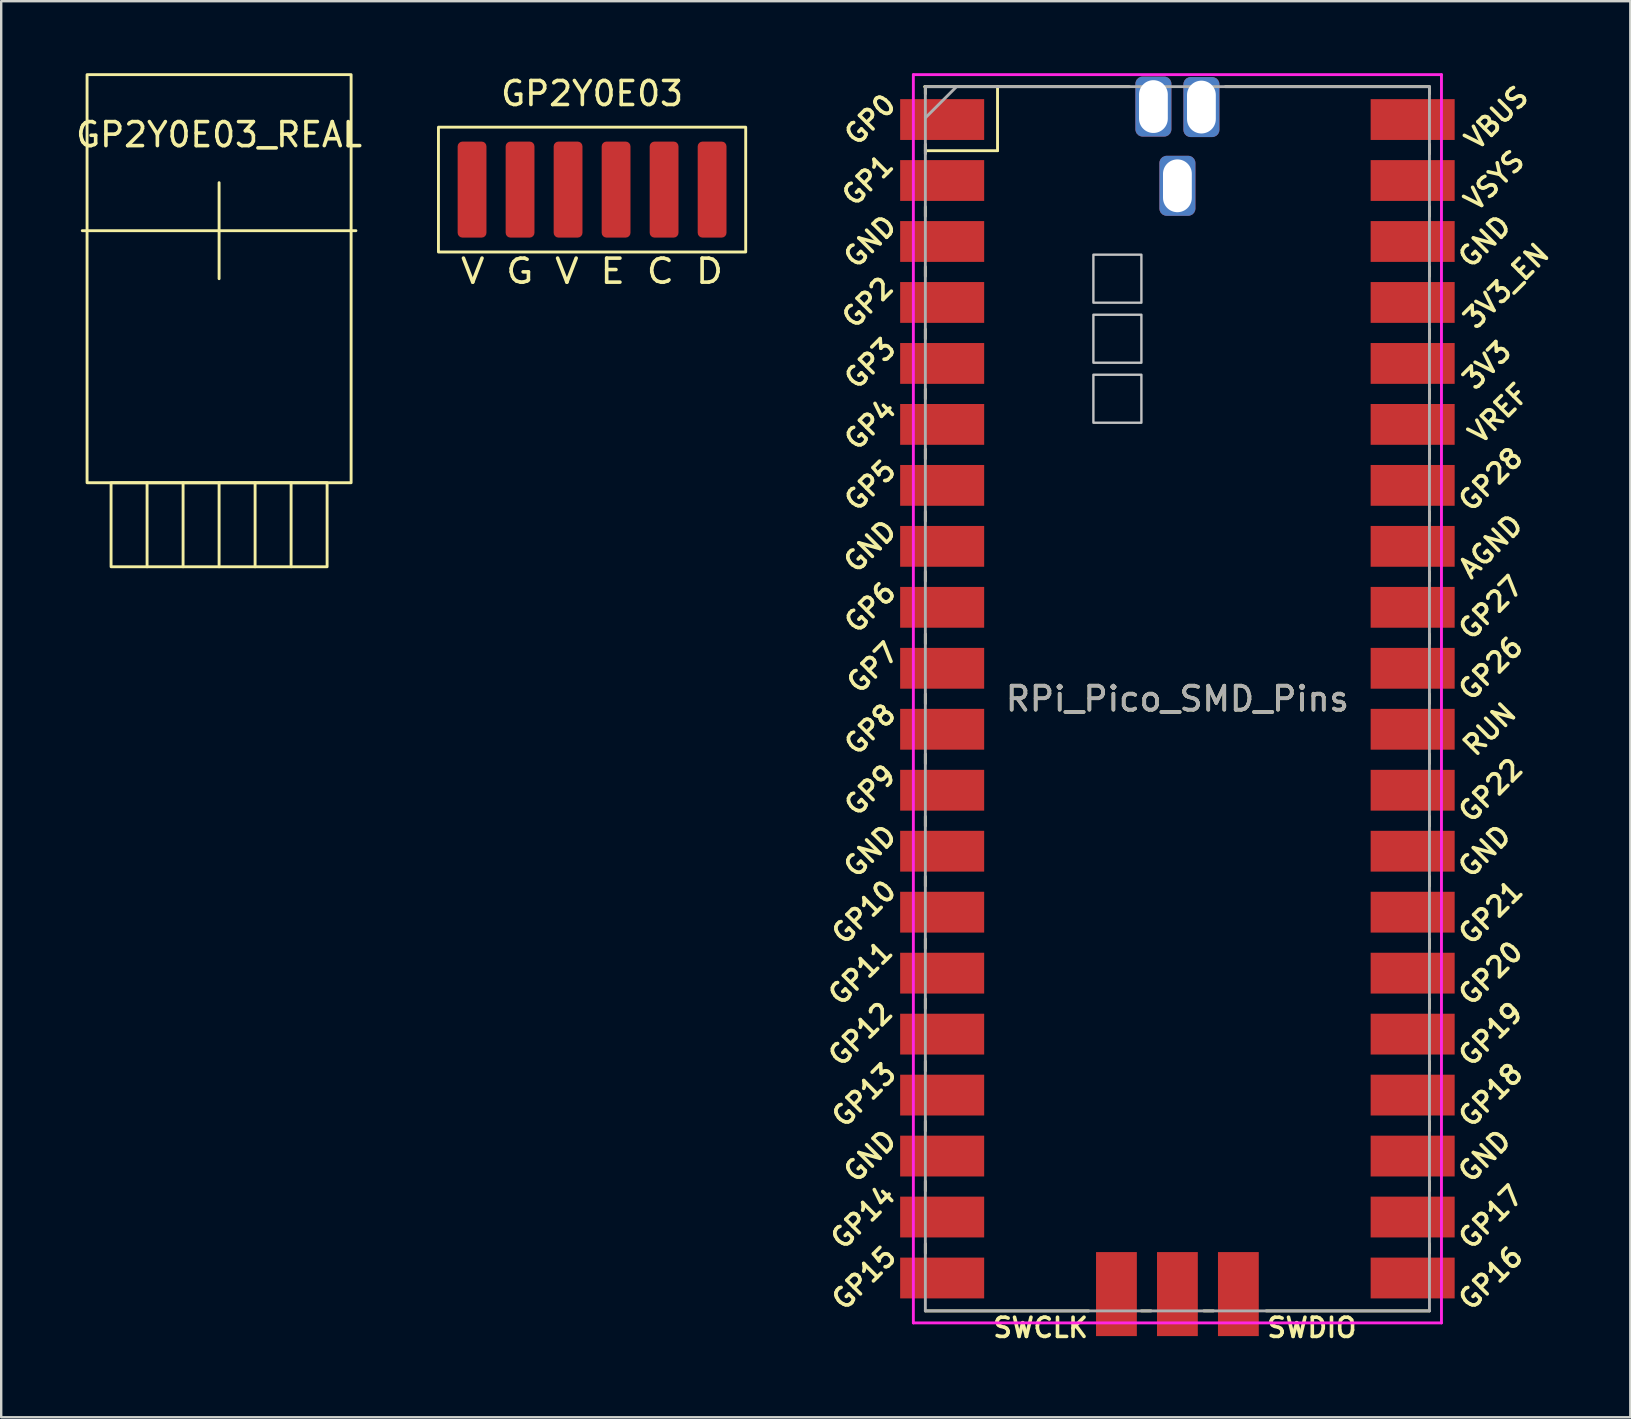
<source format=kicad_pcb>
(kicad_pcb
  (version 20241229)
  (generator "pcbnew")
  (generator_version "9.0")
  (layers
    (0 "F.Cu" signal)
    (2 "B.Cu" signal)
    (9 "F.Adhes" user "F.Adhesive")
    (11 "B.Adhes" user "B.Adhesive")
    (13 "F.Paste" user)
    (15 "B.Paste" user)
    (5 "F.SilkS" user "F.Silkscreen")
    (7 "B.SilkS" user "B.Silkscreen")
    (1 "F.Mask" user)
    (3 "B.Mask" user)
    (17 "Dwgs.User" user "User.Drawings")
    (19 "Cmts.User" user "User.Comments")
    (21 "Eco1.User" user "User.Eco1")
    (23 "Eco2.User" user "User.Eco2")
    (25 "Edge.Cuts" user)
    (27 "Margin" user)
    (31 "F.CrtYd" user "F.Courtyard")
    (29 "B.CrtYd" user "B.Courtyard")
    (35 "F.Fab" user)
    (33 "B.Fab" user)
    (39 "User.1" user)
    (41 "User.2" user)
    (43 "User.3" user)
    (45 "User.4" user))
  (footprint "GP2Y0E03"
    (layer "F.Cu")
    (at 21.615 4.848)
    (property "Reference" "GP2Y0E03" (at 0 -4 0) (unlocked yes) (layer "F.SilkS") (effects (font (size 1 1) (thickness 0.15))))
    (attr smd)
    (fp_rect (start -6.4 -2.6) (end 6.4 2.6) (stroke (width 0.12) (type solid)) (fill no) (layer "F.SilkS"))
    (fp_text user "V G V E C D" (at 0 3.4 0) (unlocked yes) (layer "F.SilkS") (effects (font (size 1 1.16) (thickness 0.15))))
    (pad "1" smd roundrect (at -5 0) (size 1.2 4) (layers "F.Cu" "F.Mask" "F.Paste") (roundrect_rratio 0.167))
    (pad "2" smd roundrect (at -3 0) (size 1.2 4) (layers "F.Cu" "F.Mask" "F.Paste") (roundrect_rratio 0.167))
    (pad "3" smd roundrect (at -1 0) (size 1.2 4) (layers "F.Cu" "F.Mask" "F.Paste") (roundrect_rratio 0.167))
    (pad "4" smd roundrect (at 1 0) (size 1.2 4) (layers "F.Cu" "F.Mask" "F.Paste") (roundrect_rratio 0.167))
    (pad "5" smd roundrect (at 3 0) (size 1.2 4) (layers "F.Cu" "F.Mask" "F.Paste") (roundrect_rratio 0.167))
    (pad "6" smd roundrect (at 5 0) (size 1.2 4) (layers "F.Cu" "F.Mask" "F.Paste") (roundrect_rratio 0.167)))
  (footprint "RPi_Pico_SMD_Pins"
    (layer "F.Cu")
    (at 45.999 26.06)
    (property "Reference" "RPi_Pico_SMD_Pins" (at 0 0 0) (layer "F.SilkS") (effects (font (size 1 1) (thickness 0.15))))
    (attr through_hole)
    (fp_line (start -10.5 -25.5) (end -10.5 -25.2) (stroke (width 0.12) (type solid)) (layer "F.SilkS"))
    (fp_line (start -10.5 -23.1) (end -10.5 -22.7) (stroke (width 0.12) (type solid)) (layer "F.SilkS"))
    (fp_line (start -10.5 -22.833) (end -7.493 -22.833) (stroke (width 0.12) (type solid)) (layer "F.SilkS"))
    (fp_line (start -10.5 -20.5) (end -10.5 -20.1) (stroke (width 0.12) (type solid)) (layer "F.SilkS"))
    (fp_line (start -10.5 -18) (end -10.5 -17.6) (stroke (width 0.12) (type solid)) (layer "F.SilkS"))
    (fp_line (start -10.5 -15.4) (end -10.5 -15) (stroke (width 0.12) (type solid)) (layer "F.SilkS"))
    (fp_line (start -10.5 -12.9) (end -10.5 -12.5) (stroke (width 0.12) (type solid)) (layer "F.SilkS"))
    (fp_line (start -10.5 -10.4) (end -10.5 -10) (stroke (width 0.12) (type solid)) (layer "F.SilkS"))
    (fp_line (start -10.5 -7.8) (end -10.5 -7.4) (stroke (width 0.12) (type solid)) (layer "F.SilkS"))
    (fp_line (start -10.5 -5.3) (end -10.5 -4.9) (stroke (width 0.12) (type solid)) (layer "F.SilkS"))
    (fp_line (start -10.5 -2.7) (end -10.5 -2.3) (stroke (width 0.12) (type solid)) (layer "F.SilkS"))
    (fp_line (start -10.5 -0.2) (end -10.5 0.2) (stroke (width 0.12) (type solid)) (layer "F.SilkS"))
    (fp_line (start -10.5 2.3) (end -10.5 2.7) (stroke (width 0.12) (type solid)) (layer "F.SilkS"))
    (fp_line (start -10.5 4.9) (end -10.5 5.3) (stroke (width 0.12) (type solid)) (layer "F.SilkS"))
    (fp_line (start -10.5 7.4) (end -10.5 7.8) (stroke (width 0.12) (type solid)) (layer "F.SilkS"))
    (fp_line (start -10.5 10) (end -10.5 10.4) (stroke (width 0.12) (type solid)) (layer "F.SilkS"))
    (fp_line (start -10.5 12.5) (end -10.5 12.9) (stroke (width 0.12) (type solid)) (layer "F.SilkS"))
    (fp_line (start -10.5 15.1) (end -10.5 15.5) (stroke (width 0.12) (type solid)) (layer "F.SilkS"))
    (fp_line (start -10.5 17.6) (end -10.5 18) (stroke (width 0.12) (type solid)) (layer "F.SilkS"))
    (fp_line (start -10.5 20.1) (end -10.5 20.5) (stroke (width 0.12) (type solid)) (layer "F.SilkS"))
    (fp_line (start -10.5 22.7) (end -10.5 23.1) (stroke (width 0.12) (type solid)) (layer "F.SilkS"))
    (fp_line (start -7.493 -22.833) (end -7.493 -25.5) (stroke (width 0.12) (type solid)) (layer "F.SilkS"))
    (fp_line (start -3.7 25.5) (end -10.5 25.5) (stroke (width 0.12) (type solid)) (layer "F.SilkS"))
    (fp_line (start -2 -25.5) (end -10.53 -25.5) (stroke (width 0.12) (type solid)) (layer "F.SilkS"))
    (fp_line (start -1.5 25.5) (end -1.1 25.5) (stroke (width 0.12) (type solid)) (layer "F.SilkS"))
    (fp_line (start 1.1 25.5) (end 1.5 25.5) (stroke (width 0.12) (type solid)) (layer "F.SilkS"))
    (fp_line (start 10.47 -25.5) (end 2 -25.5) (stroke (width 0.12) (type solid)) (layer "F.SilkS"))
    (fp_line (start 10.5 -25.5) (end 10.5 -25.2) (stroke (width 0.12) (type solid)) (layer "F.SilkS"))
    (fp_line (start 10.5 -23.1) (end 10.5 -22.7) (stroke (width 0.12) (type solid)) (layer "F.SilkS"))
    (fp_line (start 10.5 -20.5) (end 10.5 -20.1) (stroke (width 0.12) (type solid)) (layer "F.SilkS"))
    (fp_line (start 10.5 -18) (end 10.5 -17.6) (stroke (width 0.12) (type solid)) (layer "F.SilkS"))
    (fp_line (start 10.5 -15.4) (end 10.5 -15) (stroke (width 0.12) (type solid)) (layer "F.SilkS"))
    (fp_line (start 10.5 -12.9) (end 10.5 -12.5) (stroke (width 0.12) (type solid)) (layer "F.SilkS"))
    (fp_line (start 10.5 -10.4) (end 10.5 -10) (stroke (width 0.12) (type solid)) (layer "F.SilkS"))
    (fp_line (start 10.5 -7.8) (end 10.5 -7.4) (stroke (width 0.12) (type solid)) (layer "F.SilkS"))
    (fp_line (start 10.5 -5.3) (end 10.5 -4.9) (stroke (width 0.12) (type solid)) (layer "F.SilkS"))
    (fp_line (start 10.5 -2.7) (end 10.5 -2.3) (stroke (width 0.12) (type solid)) (layer "F.SilkS"))
    (fp_line (start 10.5 -0.2) (end 10.5 0.2) (stroke (width 0.12) (type solid)) (layer "F.SilkS"))
    (fp_line (start 10.5 2.3) (end 10.5 2.7) (stroke (width 0.12) (type solid)) (layer "F.SilkS"))
    (fp_line (start 10.5 4.9) (end 10.5 5.3) (stroke (width 0.12) (type solid)) (layer "F.SilkS"))
    (fp_line (start 10.5 7.4) (end 10.5 7.8) (stroke (width 0.12) (type solid)) (layer "F.SilkS"))
    (fp_line (start 10.5 10) (end 10.5 10.4) (stroke (width 0.12) (type solid)) (layer "F.SilkS"))
    (fp_line (start 10.5 12.5) (end 10.5 12.9) (stroke (width 0.12) (type solid)) (layer "F.SilkS"))
    (fp_line (start 10.5 15.1) (end 10.5 15.5) (stroke (width 0.12) (type solid)) (layer "F.SilkS"))
    (fp_line (start 10.5 17.6) (end 10.5 18) (stroke (width 0.12) (type solid)) (layer "F.SilkS"))
    (fp_line (start 10.5 20.1) (end 10.5 20.5) (stroke (width 0.12) (type solid)) (layer "F.SilkS"))
    (fp_line (start 10.5 22.7) (end 10.5 23.1) (stroke (width 0.12) (type solid)) (layer "F.SilkS"))
    (fp_line (start 10.5 25.5) (end 3.7 25.5) (stroke (width 0.12) (type solid)) (layer "F.SilkS"))
    (fp_poly (pts (xy -1.5 -16.5) (xy -3.5 -16.5) (xy -3.5 -18.5) (xy -1.5 -18.5)) (stroke (width 0.1) (type solid)) (fill no) (layer "Dwgs.User"))
    (fp_poly (pts (xy -1.5 -14) (xy -3.5 -14) (xy -3.5 -16) (xy -1.5 -16)) (stroke (width 0.1) (type solid)) (fill no) (layer "Dwgs.User"))
    (fp_poly (pts (xy -1.5 -11.5) (xy -3.5 -11.5) (xy -3.5 -13.5) (xy -1.5 -13.5)) (stroke (width 0.1) (type solid)) (fill no) (layer "Dwgs.User"))
    (fp_line (start -11 -26) (end 11 -26) (stroke (width 0.12) (type solid)) (layer "F.CrtYd"))
    (fp_line (start -11 26) (end -11 -26) (stroke (width 0.12) (type solid)) (layer "F.CrtYd"))
    (fp_line (start 11 -26) (end 11 26) (stroke (width 0.12) (type solid)) (layer "F.CrtYd"))
    (fp_line (start 11 26) (end -11 26) (stroke (width 0.12) (type solid)) (layer "F.CrtYd"))
    (fp_line (start -10.5 -25.5) (end 10.5 -25.5) (stroke (width 0.12) (type solid)) (layer "F.Fab"))
    (fp_line (start -10.5 -24.2) (end -9.2 -25.5) (stroke (width 0.12) (type solid)) (layer "F.Fab"))
    (fp_line (start -10.5 25.5) (end -10.5 -25.5) (stroke (width 0.12) (type solid)) (layer "F.Fab"))
    (fp_line (start 10.5 -25.5) (end 10.5 25.5) (stroke (width 0.12) (type solid)) (layer "F.Fab"))
    (fp_line (start 10.5 25.5) (end -10.5 25.5) (stroke (width 0.12) (type solid)) (layer "F.Fab"))
    (fp_text user "GND" (at -12.8 6.35 45) (layer "F.SilkS") (effects (font (size 0.8 0.8) (thickness 0.15))))
    (fp_text user "RUN" (at 13 1.27 45) (layer "F.SilkS") (effects (font (size 0.8 0.8) (thickness 0.15))))
    (fp_text user "GP4" (at -12.8 -11.43 45) (layer "F.SilkS") (effects (font (size 0.8 0.8) (thickness 0.15))))
    (fp_text user "GND" (at -12.8 19.05 45) (layer "F.SilkS") (effects (font (size 0.8 0.8) (thickness 0.15))))
    (fp_text user "GP13" (at -13.054 16.51 45) (layer "F.SilkS") (effects (font (size 0.8 0.8) (thickness 0.15))))
    (fp_text user "GP21" (at 13.054 8.9 45) (layer "F.SilkS") (effects (font (size 0.8 0.8) (thickness 0.15))))
    (fp_text user "GP7" (at -12.7 -1.3 45) (layer "F.SilkS") (effects (font (size 0.8 0.8) (thickness 0.15))))
    (fp_text user "GP1" (at -12.9 -21.6 45) (layer "F.SilkS") (effects (font (size 0.8 0.8) (thickness 0.15))))
    (fp_text user "VSYS" (at 13.2 -21.59 45) (layer "F.SilkS") (effects (font (size 0.8 0.8) (thickness 0.15))))
    (fp_text user "GP8" (at -12.8 1.27 45) (layer "F.SilkS") (effects (font (size 0.8 0.8) (thickness 0.15))))
    (fp_text user "GP5" (at -12.8 -8.89 45) (layer "F.SilkS") (effects (font (size 0.8 0.8) (thickness 0.15))))
    (fp_text user "GP22" (at 13.054 3.81 45) (layer "F.SilkS") (effects (font (size 0.8 0.8) (thickness 0.15))))
    (fp_text user "GP16" (at 13.054 24.13 45) (layer "F.SilkS") (effects (font (size 0.8 0.8) (thickness 0.15))))
    (fp_text user "GP26" (at 13.054 -1.27 45) (layer "F.SilkS") (effects (font (size 0.8 0.8) (thickness 0.15))))
    (fp_text user "3V3" (at 12.9 -13.9 45) (layer "F.SilkS") (effects (font (size 0.8 0.8) (thickness 0.15))))
    (fp_text user "GP19" (at 13.054 13.97 45) (layer "F.SilkS") (effects (font (size 0.8 0.8) (thickness 0.15))))
    (fp_text user "GND" (at 12.8 6.35 45) (layer "F.SilkS") (effects (font (size 0.8 0.8) (thickness 0.15))))
    (fp_text user "GP18" (at 13.054 16.51 45) (layer "F.SilkS") (effects (font (size 0.8 0.8) (thickness 0.15))))
    (fp_text user "SWDIO" (at 5.6 26.2 0) (layer "F.SilkS") (effects (font (size 0.8 0.8) (thickness 0.15))))
    (fp_text user "GND" (at -12.8 -6.35 45) (layer "F.SilkS") (effects (font (size 0.8 0.8) (thickness 0.15))))
    (fp_text user "AGND" (at 13.054 -6.35 45) (layer "F.SilkS") (effects (font (size 0.8 0.8) (thickness 0.15))))
    (fp_text user "GP11" (at -13.2 11.43 45) (layer "F.SilkS") (effects (font (size 0.8 0.8) (thickness 0.15))))
    (fp_text user "GND" (at 12.8 19.05 45) (layer "F.SilkS") (effects (font (size 0.8 0.8) (thickness 0.15))))
    (fp_text user "GP0" (at -12.8 -24.13 45) (layer "F.SilkS") (effects (font (size 0.8 0.8) (thickness 0.15))))
    (fp_text user "GP28" (at 13.054 -9.144 45) (layer "F.SilkS") (effects (font (size 0.8 0.8) (thickness 0.15))))
    (fp_text user "VREF" (at 13.375 -11.889 45) (layer "F.SilkS") (effects (font (size 0.8 0.8) (thickness 0.15))))
    (fp_text user "GP14" (at -13.1 21.59 45) (layer "F.SilkS") (effects (font (size 0.8 0.8) (thickness 0.15))))
    (fp_text user "GP15" (at -13.054 24.13 45) (layer "F.SilkS") (effects (font (size 0.8 0.8) (thickness 0.15))))
    (fp_text user "GP3" (at -12.8 -13.97 45) (layer "F.SilkS") (effects (font (size 0.8 0.8) (thickness 0.15))))
    (fp_text user "GND" (at 12.8 -19.05 45) (layer "F.SilkS") (effects (font (size 0.8 0.8) (thickness 0.15))))
    (fp_text user "GP27" (at 13.054 -3.8 45) (layer "F.SilkS") (effects (font (size 0.8 0.8) (thickness 0.15))))
    (fp_text user "SWCLK" (at -5.7 26.2 0) (layer "F.SilkS") (effects (font (size 0.8 0.8) (thickness 0.15))))
    (fp_text user "GP12" (at -13.2 13.97 45) (layer "F.SilkS") (effects (font (size 0.8 0.8) (thickness 0.15))))
    (fp_text user "GP2" (at -12.9 -16.51 45) (layer "F.SilkS") (effects (font (size 0.8 0.8) (thickness 0.15))))
    (fp_text user "GP9" (at -12.8 3.81 45) (layer "F.SilkS") (effects (font (size 0.8 0.8) (thickness 0.15))))
    (fp_text user "GP20" (at 13.054 11.43 45) (layer "F.SilkS") (effects (font (size 0.8 0.8) (thickness 0.15))))
    (fp_text user "GP10" (at -13.054 8.89 45) (layer "F.SilkS") (effects (font (size 0.8 0.8) (thickness 0.15))))
    (fp_text user "VBUS" (at 13.3 -24.2 45) (layer "F.SilkS") (effects (font (size 0.8 0.8) (thickness 0.15))))
    (fp_text user "GP6" (at -12.8 -3.81 45) (layer "F.SilkS") (effects (font (size 0.8 0.8) (thickness 0.15))))
    (fp_text user "GND" (at -12.8 -19.05 45) (layer "F.SilkS") (effects (font (size 0.8 0.8) (thickness 0.15))))
    (fp_text user "GP17" (at 13.054 21.59 45) (layer "F.SilkS") (effects (font (size 0.8 0.8) (thickness 0.15))))
    (fp_text user "3V3_EN" (at 13.7 -17.2 45) (layer "F.SilkS") (effects (font (size 0.8 0.8) (thickness 0.15))))
    (fp_text user "${REFERENCE}" (at 0 0 180) (layer "F.Fab") (effects (font (size 1 1) (thickness 0.15))))
    (pad "1" smd rect (at -9.8 -24.13) (size 3.5 1.7) (layers "F.Cu" "F.Mask"))
    (pad "2" smd rect (at -9.8 -21.59) (size 3.5 1.7) (layers "F.Cu" "F.Mask"))
    (pad "3" smd rect (at -9.8 -19.05) (size 3.5 1.7) (layers "F.Cu" "F.Mask"))
    (pad "4" smd rect (at -9.8 -16.51) (size 3.5 1.7) (layers "F.Cu" "F.Mask"))
    (pad "5" smd rect (at -9.8 -13.97) (size 3.5 1.7) (layers "F.Cu" "F.Mask"))
    (pad "6" smd rect (at -9.8 -11.43) (size 3.5 1.7) (layers "F.Cu" "F.Mask"))
    (pad "7" smd rect (at -9.8 -8.89) (size 3.5 1.7) (layers "F.Cu" "F.Mask"))
    (pad "8" smd rect (at -9.8 -6.35) (size 3.5 1.7) (layers "F.Cu" "F.Mask"))
    (pad "9" smd rect (at -9.8 -3.81) (size 3.5 1.7) (layers "F.Cu" "F.Mask"))
    (pad "10" smd rect (at -9.8 -1.27) (size 3.5 1.7) (layers "F.Cu" "F.Mask"))
    (pad "11" smd rect (at -9.8 1.27) (size 3.5 1.7) (layers "F.Cu" "F.Mask"))
    (pad "12" smd rect (at -9.8 3.81) (size 3.5 1.7) (layers "F.Cu" "F.Mask"))
    (pad "13" smd rect (at -9.8 6.35) (size 3.5 1.7) (layers "F.Cu" "F.Mask"))
    (pad "14" smd rect (at -9.8 8.89) (size 3.5 1.7) (layers "F.Cu" "F.Mask"))
    (pad "15" smd rect (at -9.8 11.43) (size 3.5 1.7) (layers "F.Cu" "F.Mask"))
    (pad "16" smd rect (at -9.8 13.97) (size 3.5 1.7) (layers "F.Cu" "F.Mask"))
    (pad "17" smd rect (at -9.8 16.51) (size 3.5 1.7) (layers "F.Cu" "F.Mask"))
    (pad "18" smd rect (at -9.8 19.05) (size 3.5 1.7) (layers "F.Cu" "F.Mask"))
    (pad "19" smd rect (at -9.8 21.59) (size 3.5 1.7) (layers "F.Cu" "F.Mask"))
    (pad "20" smd rect (at -9.8 24.13) (size 3.5 1.7) (layers "F.Cu" "F.Mask"))
    (pad "21" smd rect (at 9.8 24.13) (size 3.5 1.7) (layers "F.Cu" "F.Mask"))
    (pad "22" smd rect (at 9.8 21.59) (size 3.5 1.7) (layers "F.Cu" "F.Mask"))
    (pad "23" smd rect (at 9.8 19.05) (size 3.5 1.7) (layers "F.Cu" "F.Mask"))
    (pad "24" smd rect (at 9.8 16.51) (size 3.5 1.7) (layers "F.Cu" "F.Mask"))
    (pad "25" smd rect (at 9.8 13.97) (size 3.5 1.7) (layers "F.Cu" "F.Mask"))
    (pad "26" smd rect (at 9.8 11.43) (size 3.5 1.7) (layers "F.Cu" "F.Mask"))
    (pad "27" smd rect (at 9.8 8.89) (size 3.5 1.7) (layers "F.Cu" "F.Mask"))
    (pad "28" smd rect (at 9.8 6.35) (size 3.5 1.7) (layers "F.Cu" "F.Mask"))
    (pad "29" smd rect (at 9.8 3.81) (size 3.5 1.7) (layers "F.Cu" "F.Mask"))
    (pad "30" smd rect (at 9.8 1.27) (size 3.5 1.7) (layers "F.Cu" "F.Mask"))
    (pad "31" smd rect (at 9.8 -1.27) (size 3.5 1.7) (layers "F.Cu" "F.Mask"))
    (pad "32" smd rect (at 9.8 -3.81) (size 3.5 1.7) (layers "F.Cu" "F.Mask"))
    (pad "33" smd rect (at 9.8 -6.35) (size 3.5 1.7) (layers "F.Cu" "F.Mask"))
    (pad "34" smd rect (at 9.8 -8.89) (size 3.5 1.7) (layers "F.Cu" "F.Mask"))
    (pad "35" smd rect (at 9.8 -11.43) (size 3.5 1.7) (layers "F.Cu" "F.Mask"))
    (pad "36" smd rect (at 9.8 -13.97) (size 3.5 1.7) (layers "F.Cu" "F.Mask"))
    (pad "37" smd rect (at 9.8 -16.51) (size 3.5 1.7) (layers "F.Cu" "F.Mask"))
    (pad "38" smd rect (at 9.8 -19.05) (size 3.5 1.7) (layers "F.Cu" "F.Mask"))
    (pad "39" smd rect (at 9.8 -21.59) (size 3.5 1.7) (layers "F.Cu" "F.Mask"))
    (pad "40" smd rect (at 9.8 -24.13) (size 3.5 1.7) (layers "F.Cu" "F.Mask"))
    (pad "41" smd rect (at -2.54 24.8 90) (size 3.5 1.7) (layers "F.Cu" "F.Mask"))
    (pad "42" smd rect (at 0 24.8 90) (size 3.5 1.7) (layers "F.Cu" "F.Mask"))
    (pad "43" smd rect (at 2.54 24.8 90) (size 3.5 1.7) (layers "F.Cu" "F.Mask"))
    (pad "TP1" thru_hole roundrect (at 0 -21.37) (size 1.5 2.5) (drill oval 1.2 2.2) (layers "*.Cu" "*.Mask") (roundrect_rratio 0.2))
    (pad "TP2" thru_hole roundrect (at 1 -24.65) (size 1.5 2.5) (drill oval 1.2 2.2) (layers "*.Cu" "*.Mask") (roundrect_rratio 0.2))
    (pad "TP3" thru_hole roundrect (at -1 -24.67) (size 1.5 2.5) (drill oval 1.2 2.2) (layers "*.Cu" "*.Mask") (roundrect_rratio 0.2)))
  (footprint "GP2Y0E03_REAL"
    (layer "F.Cu")
    (at 6.077 6.56)
    (property "Reference" "GP2Y0E03_REAL" (at 0 -4 0) (unlocked yes) (layer "F.SilkS") (effects (font (size 1 1) (thickness 0.15))))
    (attr smd)
    (fp_line (start -5.7 0) (end 5.7 0) (stroke (width 0.12) (type solid)) (layer "F.SilkS"))
    (fp_line (start -3 10.5) (end -3 14) (stroke (width 0.12) (type solid)) (layer "F.SilkS"))
    (fp_line (start -1.5 10.5) (end -1.5 14) (stroke (width 0.12) (type solid)) (layer "F.SilkS"))
    (fp_line (start 0 -2) (end 0 2) (stroke (width 0.12) (type solid)) (layer "F.SilkS"))
    (fp_line (start 0 10.5) (end 0 14) (stroke (width 0.12) (type solid)) (layer "F.SilkS"))
    (fp_line (start 1.5 10.5) (end 1.5 14) (stroke (width 0.12) (type solid)) (layer "F.SilkS"))
    (fp_line (start 3 10.5) (end 3 14) (stroke (width 0.12) (type solid)) (layer "F.SilkS"))
    (fp_rect (start -5.5 -6.5) (end 5.5 10.5) (stroke (width 0.12) (type solid)) (fill no) (layer "F.SilkS"))
    (fp_rect (start -4.5 10.5) (end 4.5 14) (stroke (width 0.12) (type solid)) (fill no) (layer "F.SilkS")))
  (gr_rect
    (start -3 -3)
    (end 64.867 55.991)
    (stroke (width 0.1) (type default))
    (fill no)
    (layer "Edge.Cuts")))
</source>
